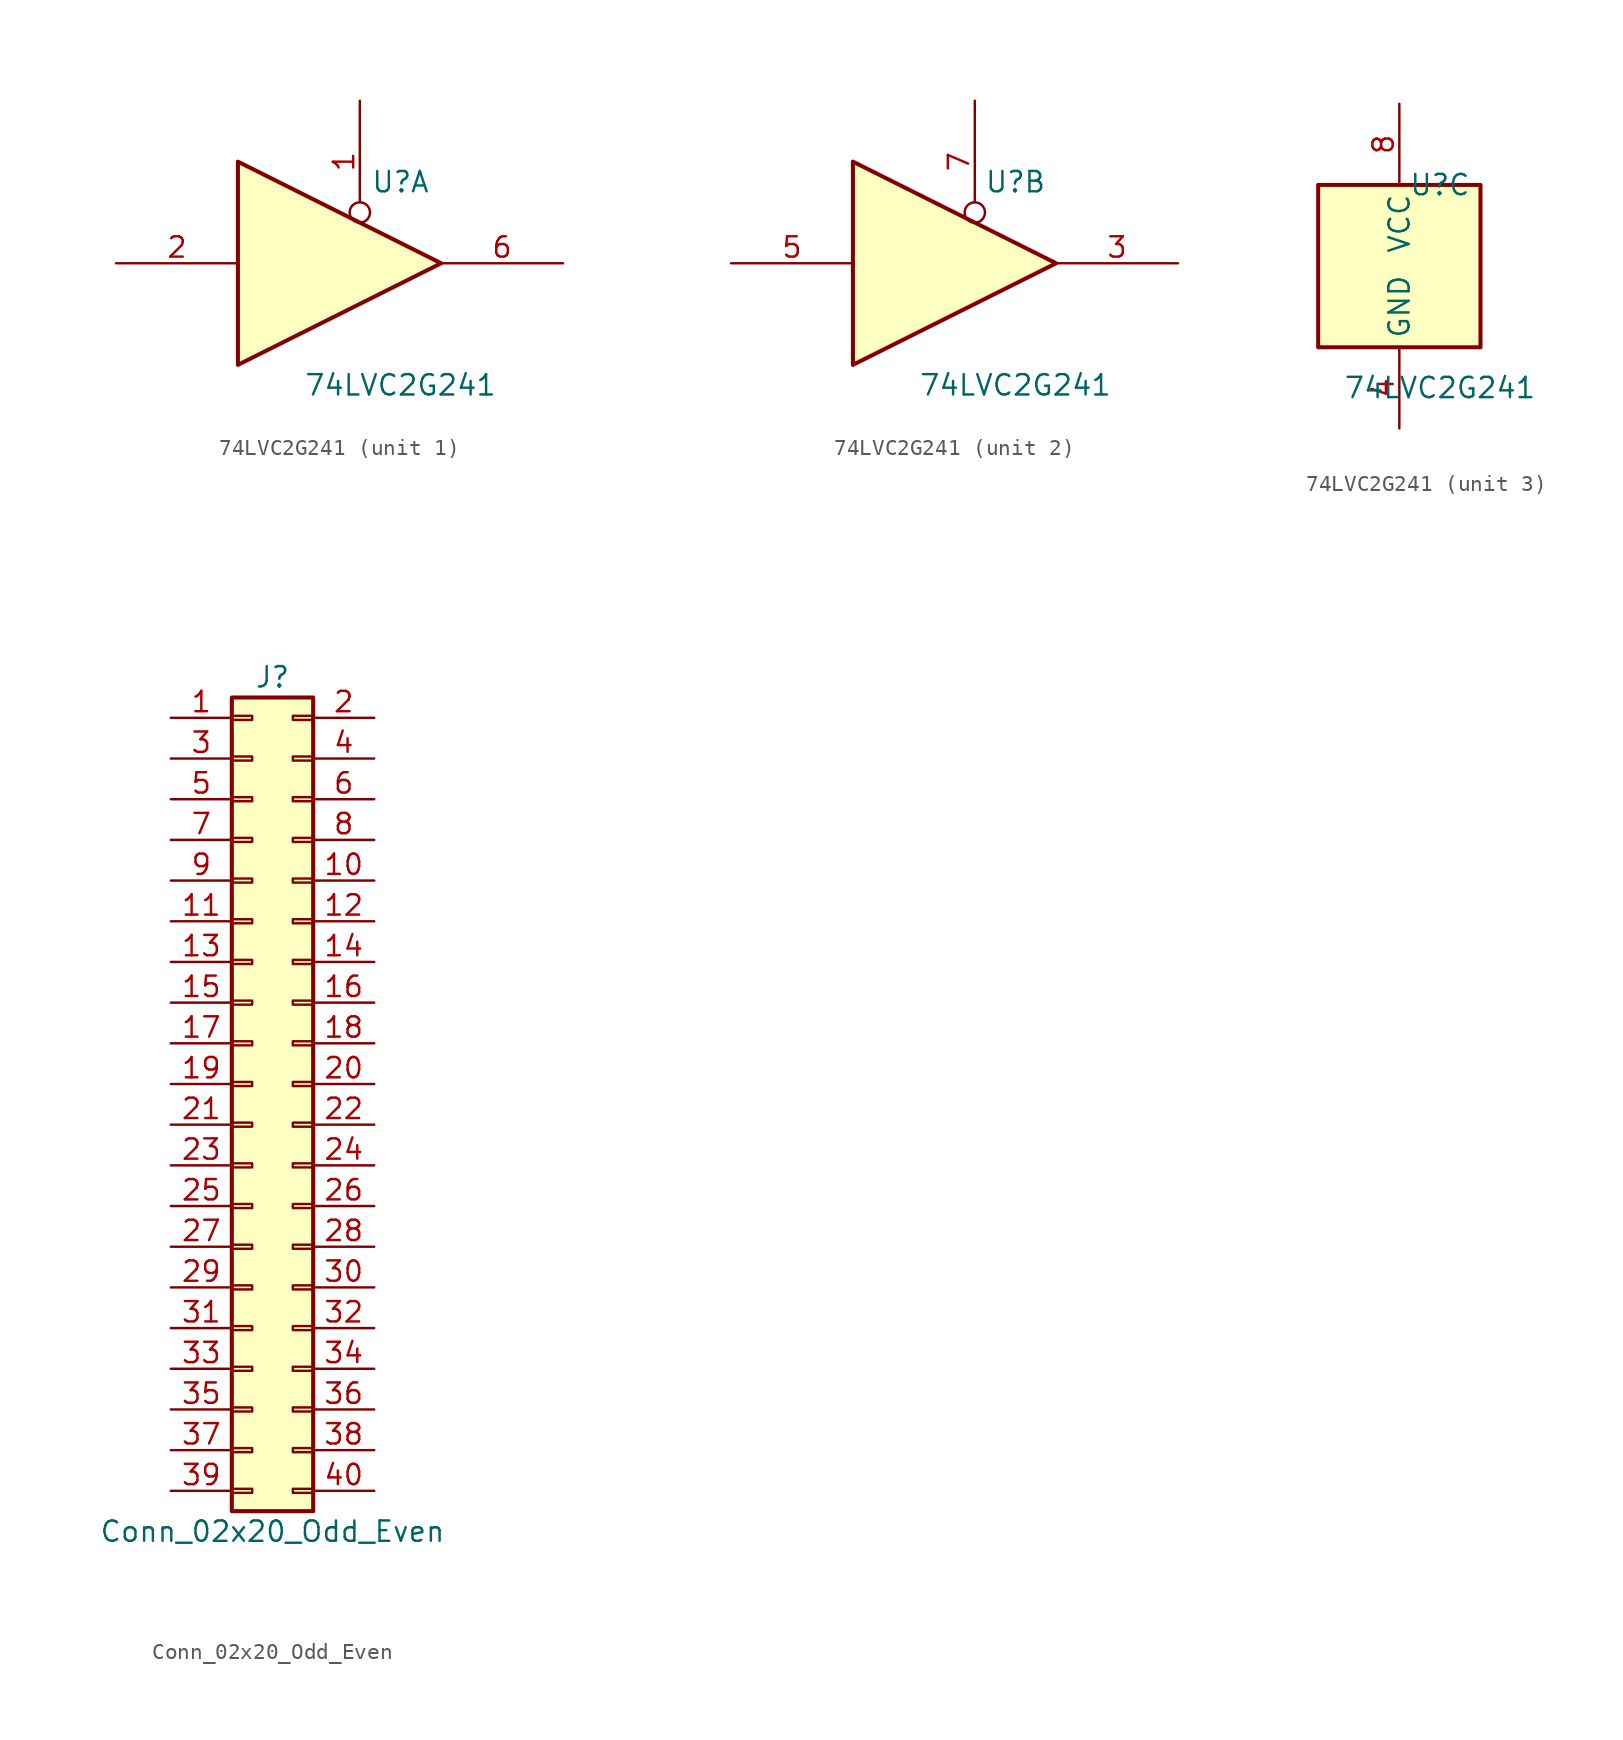
<source format=kicad_sym>
(kicad_symbol_lib
  (version 20220914)
  (generator kicad_symbol_editor)
  (symbol "74LVC2G241"
    (property "Reference" "U"
      (at 2.54 5.08 0)
      (effects (font (size 1.27 1.27))))
    (property "Value" "74LVC2G241"
      (at 2.54 -7.62 0)
      (effects (font (size 1.27 1.27))))
    (symbol "74LVC2G241_1_1"
      (polyline (pts (xy -7.62 6.35) (xy -7.62 -6.35) (xy 5.08 0) (xy -7.62 6.35)) (stroke (width 0.254) (type default)) (fill (type background)))
      (pin input inverted (at 0 10.16 270) (length 7.62) (name "~" (effects (font (size 1.27 1.27)))) (number "1" (effects (font (size 1.27 1.27)))))
      (pin input line (at -15.24 0 0) (length 7.62) (name "~" (effects (font (size 1.27 1.27)))) (number "2" (effects (font (size 1.27 1.27)))))
      (pin tri_state line (at 12.7 0 180) (length 7.62) (name "~" (effects (font (size 1.27 1.27)))) (number "6" (effects (font (size 1.27 1.27))))))
    (symbol "74LVC2G241_2_1"
      (polyline (pts (xy -7.62 6.35) (xy -7.62 -6.35) (xy 5.08 0) (xy -7.62 6.35)) (stroke (width 0.254) (type default)) (fill (type background)))
      (pin tri_state line (at 12.7 0 180) (length 7.62) (name "~" (effects (font (size 1.27 1.27)))) (number "3" (effects (font (size 1.27 1.27)))))
      (pin input line (at -15.24 0 0) (length 7.62) (name "~" (effects (font (size 1.27 1.27)))) (number "5" (effects (font (size 1.27 1.27)))))
      (pin input inverted (at 0 10.16 270) (length 7.62) (name "~" (effects (font (size 1.27 1.27)))) (number "7" (effects (font (size 1.27 1.27))))))
    (symbol "74LVC2G241_3_0"
      (rectangle (start -5.08 -5.08) (end 5.08 5.08) (stroke (width 0.254) (type default)) (fill (type background))))
    (symbol "74LVC2G241_3_1"
      (pin power_in line (at 0 -10.16 90) (length 5.08) (name "GND" (effects (font (size 1.27 1.27)))) (number "4" (effects (font (size 1.27 1.27)))))
      (pin power_in line (at 0 10.16 270) (length 5.08) (name "VCC" (effects (font (size 1.27 1.27)))) (number "8" (effects (font (size 1.27 1.27)))))))
  (symbol "Conn_02x20_Odd_Even"
    (pin_names
      (offset 1.016) hide)
    (property "Reference" "J"
      (at 1.27 25.4 0)
      (effects (font (size 1.27 1.27))))
    (property "Value" "Conn_02x20_Odd_Even"
      (at 1.27 -27.94 0)
      (effects (font (size 1.27 1.27))))
    (symbol "Conn_02x20_Odd_Even_1_1"
      (rectangle (start -1.27 -25.273) (end 0 -25.527) (stroke (width 0.152) (type default)) (fill (type none)))
      (rectangle (start -1.27 -22.733) (end 0 -22.987) (stroke (width 0.152) (type default)) (fill (type none)))
      (rectangle (start -1.27 -20.193) (end 0 -20.447) (stroke (width 0.152) (type default)) (fill (type none)))
      (rectangle (start -1.27 -17.653) (end 0 -17.907) (stroke (width 0.152) (type default)) (fill (type none)))
      (rectangle (start -1.27 -15.113) (end 0 -15.367) (stroke (width 0.152) (type default)) (fill (type none)))
      (rectangle (start -1.27 -12.573) (end 0 -12.827) (stroke (width 0.152) (type default)) (fill (type none)))
      (rectangle (start -1.27 -10.033) (end 0 -10.287) (stroke (width 0.152) (type default)) (fill (type none)))
      (rectangle (start -1.27 -7.493) (end 0 -7.747) (stroke (width 0.152) (type default)) (fill (type none)))
      (rectangle (start -1.27 -4.953) (end 0 -5.207) (stroke (width 0.152) (type default)) (fill (type none)))
      (rectangle (start -1.27 -2.413) (end 0 -2.667) (stroke (width 0.152) (type default)) (fill (type none)))
      (rectangle (start -1.27 0.127) (end 0 -0.127) (stroke (width 0.152) (type default)) (fill (type none)))
      (rectangle (start -1.27 2.667) (end 0 2.413) (stroke (width 0.152) (type default)) (fill (type none)))
      (rectangle (start -1.27 5.207) (end 0 4.953) (stroke (width 0.152) (type default)) (fill (type none)))
      (rectangle (start -1.27 7.747) (end 0 7.493) (stroke (width 0.152) (type default)) (fill (type none)))
      (rectangle (start -1.27 10.287) (end 0 10.033) (stroke (width 0.152) (type default)) (fill (type none)))
      (rectangle (start -1.27 12.827) (end 0 12.573) (stroke (width 0.152) (type default)) (fill (type none)))
      (rectangle (start -1.27 15.367) (end 0 15.113) (stroke (width 0.152) (type default)) (fill (type none)))
      (rectangle (start -1.27 17.907) (end 0 17.653) (stroke (width 0.152) (type default)) (fill (type none)))
      (rectangle (start -1.27 20.447) (end 0 20.193) (stroke (width 0.152) (type default)) (fill (type none)))
      (rectangle (start -1.27 22.987) (end 0 22.733) (stroke (width 0.152) (type default)) (fill (type none)))
      (rectangle (start -1.27 24.13) (end 3.81 -26.67) (stroke (width 0.254) (type default)) (fill (type background)))
      (rectangle (start 3.81 -25.273) (end 2.54 -25.527) (stroke (width 0.152) (type default)) (fill (type none)))
      (rectangle (start 3.81 -22.733) (end 2.54 -22.987) (stroke (width 0.152) (type default)) (fill (type none)))
      (rectangle (start 3.81 -20.193) (end 2.54 -20.447) (stroke (width 0.152) (type default)) (fill (type none)))
      (rectangle (start 3.81 -17.653) (end 2.54 -17.907) (stroke (width 0.152) (type default)) (fill (type none)))
      (rectangle (start 3.81 -15.113) (end 2.54 -15.367) (stroke (width 0.152) (type default)) (fill (type none)))
      (rectangle (start 3.81 -12.573) (end 2.54 -12.827) (stroke (width 0.152) (type default)) (fill (type none)))
      (rectangle (start 3.81 -10.033) (end 2.54 -10.287) (stroke (width 0.152) (type default)) (fill (type none)))
      (rectangle (start 3.81 -7.493) (end 2.54 -7.747) (stroke (width 0.152) (type default)) (fill (type none)))
      (rectangle (start 3.81 -4.953) (end 2.54 -5.207) (stroke (width 0.152) (type default)) (fill (type none)))
      (rectangle (start 3.81 -2.413) (end 2.54 -2.667) (stroke (width 0.152) (type default)) (fill (type none)))
      (rectangle (start 3.81 0.127) (end 2.54 -0.127) (stroke (width 0.152) (type default)) (fill (type none)))
      (rectangle (start 3.81 2.667) (end 2.54 2.413) (stroke (width 0.152) (type default)) (fill (type none)))
      (rectangle (start 3.81 5.207) (end 2.54 4.953) (stroke (width 0.152) (type default)) (fill (type none)))
      (rectangle (start 3.81 7.747) (end 2.54 7.493) (stroke (width 0.152) (type default)) (fill (type none)))
      (rectangle (start 3.81 10.287) (end 2.54 10.033) (stroke (width 0.152) (type default)) (fill (type none)))
      (rectangle (start 3.81 12.827) (end 2.54 12.573) (stroke (width 0.152) (type default)) (fill (type none)))
      (rectangle (start 3.81 15.367) (end 2.54 15.113) (stroke (width 0.152) (type default)) (fill (type none)))
      (rectangle (start 3.81 17.907) (end 2.54 17.653) (stroke (width 0.152) (type default)) (fill (type none)))
      (rectangle (start 3.81 20.447) (end 2.54 20.193) (stroke (width 0.152) (type default)) (fill (type none)))
      (rectangle (start 3.81 22.987) (end 2.54 22.733) (stroke (width 0.152) (type default)) (fill (type none)))
      (pin passive line (at -5.08 22.86 0) (length 3.81) (name "Pin_1" (effects (font (size 1.27 1.27)))) (number "1" (effects (font (size 1.27 1.27)))))
      (pin passive line (at 7.62 12.7 180) (length 3.81) (name "Pin_10" (effects (font (size 1.27 1.27)))) (number "10" (effects (font (size 1.27 1.27)))))
      (pin passive line (at -5.08 10.16 0) (length 3.81) (name "Pin_11" (effects (font (size 1.27 1.27)))) (number "11" (effects (font (size 1.27 1.27)))))
      (pin passive line (at 7.62 10.16 180) (length 3.81) (name "Pin_12" (effects (font (size 1.27 1.27)))) (number "12" (effects (font (size 1.27 1.27)))))
      (pin passive line (at -5.08 7.62 0) (length 3.81) (name "Pin_13" (effects (font (size 1.27 1.27)))) (number "13" (effects (font (size 1.27 1.27)))))
      (pin passive line (at 7.62 7.62 180) (length 3.81) (name "Pin_14" (effects (font (size 1.27 1.27)))) (number "14" (effects (font (size 1.27 1.27)))))
      (pin passive line (at -5.08 5.08 0) (length 3.81) (name "Pin_15" (effects (font (size 1.27 1.27)))) (number "15" (effects (font (size 1.27 1.27)))))
      (pin passive line (at 7.62 5.08 180) (length 3.81) (name "Pin_16" (effects (font (size 1.27 1.27)))) (number "16" (effects (font (size 1.27 1.27)))))
      (pin passive line (at -5.08 2.54 0) (length 3.81) (name "Pin_17" (effects (font (size 1.27 1.27)))) (number "17" (effects (font (size 1.27 1.27)))))
      (pin passive line (at 7.62 2.54 180) (length 3.81) (name "Pin_18" (effects (font (size 1.27 1.27)))) (number "18" (effects (font (size 1.27 1.27)))))
      (pin passive line (at -5.08 0 0) (length 3.81) (name "Pin_19" (effects (font (size 1.27 1.27)))) (number "19" (effects (font (size 1.27 1.27)))))
      (pin passive line (at 7.62 22.86 180) (length 3.81) (name "Pin_2" (effects (font (size 1.27 1.27)))) (number "2" (effects (font (size 1.27 1.27)))))
      (pin passive line (at 7.62 0 180) (length 3.81) (name "Pin_20" (effects (font (size 1.27 1.27)))) (number "20" (effects (font (size 1.27 1.27)))))
      (pin passive line (at -5.08 -2.54 0) (length 3.81) (name "Pin_21" (effects (font (size 1.27 1.27)))) (number "21" (effects (font (size 1.27 1.27)))))
      (pin passive line (at 7.62 -2.54 180) (length 3.81) (name "Pin_22" (effects (font (size 1.27 1.27)))) (number "22" (effects (font (size 1.27 1.27)))))
      (pin passive line (at -5.08 -5.08 0) (length 3.81) (name "Pin_23" (effects (font (size 1.27 1.27)))) (number "23" (effects (font (size 1.27 1.27)))))
      (pin passive line (at 7.62 -5.08 180) (length 3.81) (name "Pin_24" (effects (font (size 1.27 1.27)))) (number "24" (effects (font (size 1.27 1.27)))))
      (pin passive line (at -5.08 -7.62 0) (length 3.81) (name "Pin_25" (effects (font (size 1.27 1.27)))) (number "25" (effects (font (size 1.27 1.27)))))
      (pin passive line (at 7.62 -7.62 180) (length 3.81) (name "Pin_26" (effects (font (size 1.27 1.27)))) (number "26" (effects (font (size 1.27 1.27)))))
      (pin passive line (at -5.08 -10.16 0) (length 3.81) (name "Pin_27" (effects (font (size 1.27 1.27)))) (number "27" (effects (font (size 1.27 1.27)))))
      (pin passive line (at 7.62 -10.16 180) (length 3.81) (name "Pin_28" (effects (font (size 1.27 1.27)))) (number "28" (effects (font (size 1.27 1.27)))))
      (pin passive line (at -5.08 -12.7 0) (length 3.81) (name "Pin_29" (effects (font (size 1.27 1.27)))) (number "29" (effects (font (size 1.27 1.27)))))
      (pin passive line (at -5.08 20.32 0) (length 3.81) (name "Pin_3" (effects (font (size 1.27 1.27)))) (number "3" (effects (font (size 1.27 1.27)))))
      (pin passive line (at 7.62 -12.7 180) (length 3.81) (name "Pin_30" (effects (font (size 1.27 1.27)))) (number "30" (effects (font (size 1.27 1.27)))))
      (pin passive line (at -5.08 -15.24 0) (length 3.81) (name "Pin_31" (effects (font (size 1.27 1.27)))) (number "31" (effects (font (size 1.27 1.27)))))
      (pin passive line (at 7.62 -15.24 180) (length 3.81) (name "Pin_32" (effects (font (size 1.27 1.27)))) (number "32" (effects (font (size 1.27 1.27)))))
      (pin passive line (at -5.08 -17.78 0) (length 3.81) (name "Pin_33" (effects (font (size 1.27 1.27)))) (number "33" (effects (font (size 1.27 1.27)))))
      (pin passive line (at 7.62 -17.78 180) (length 3.81) (name "Pin_34" (effects (font (size 1.27 1.27)))) (number "34" (effects (font (size 1.27 1.27)))))
      (pin passive line (at -5.08 -20.32 0) (length 3.81) (name "Pin_35" (effects (font (size 1.27 1.27)))) (number "35" (effects (font (size 1.27 1.27)))))
      (pin passive line (at 7.62 -20.32 180) (length 3.81) (name "Pin_36" (effects (font (size 1.27 1.27)))) (number "36" (effects (font (size 1.27 1.27)))))
      (pin passive line (at -5.08 -22.86 0) (length 3.81) (name "Pin_37" (effects (font (size 1.27 1.27)))) (number "37" (effects (font (size 1.27 1.27)))))
      (pin passive line (at 7.62 -22.86 180) (length 3.81) (name "Pin_38" (effects (font (size 1.27 1.27)))) (number "38" (effects (font (size 1.27 1.27)))))
      (pin passive line (at -5.08 -25.4 0) (length 3.81) (name "Pin_39" (effects (font (size 1.27 1.27)))) (number "39" (effects (font (size 1.27 1.27)))))
      (pin passive line (at 7.62 20.32 180) (length 3.81) (name "Pin_4" (effects (font (size 1.27 1.27)))) (number "4" (effects (font (size 1.27 1.27)))))
      (pin passive line (at 7.62 -25.4 180) (length 3.81) (name "Pin_40" (effects (font (size 1.27 1.27)))) (number "40" (effects (font (size 1.27 1.27)))))
      (pin passive line (at -5.08 17.78 0) (length 3.81) (name "Pin_5" (effects (font (size 1.27 1.27)))) (number "5" (effects (font (size 1.27 1.27)))))
      (pin passive line (at 7.62 17.78 180) (length 3.81) (name "Pin_6" (effects (font (size 1.27 1.27)))) (number "6" (effects (font (size 1.27 1.27)))))
      (pin passive line (at -5.08 15.24 0) (length 3.81) (name "Pin_7" (effects (font (size 1.27 1.27)))) (number "7" (effects (font (size 1.27 1.27)))))
      (pin passive line (at 7.62 15.24 180) (length 3.81) (name "Pin_8" (effects (font (size 1.27 1.27)))) (number "8" (effects (font (size 1.27 1.27)))))
      (pin passive line (at -5.08 12.7 0) (length 3.81) (name "Pin_9" (effects (font (size 1.27 1.27)))) (number "9" (effects (font (size 1.27 1.27))))))))
</source>
